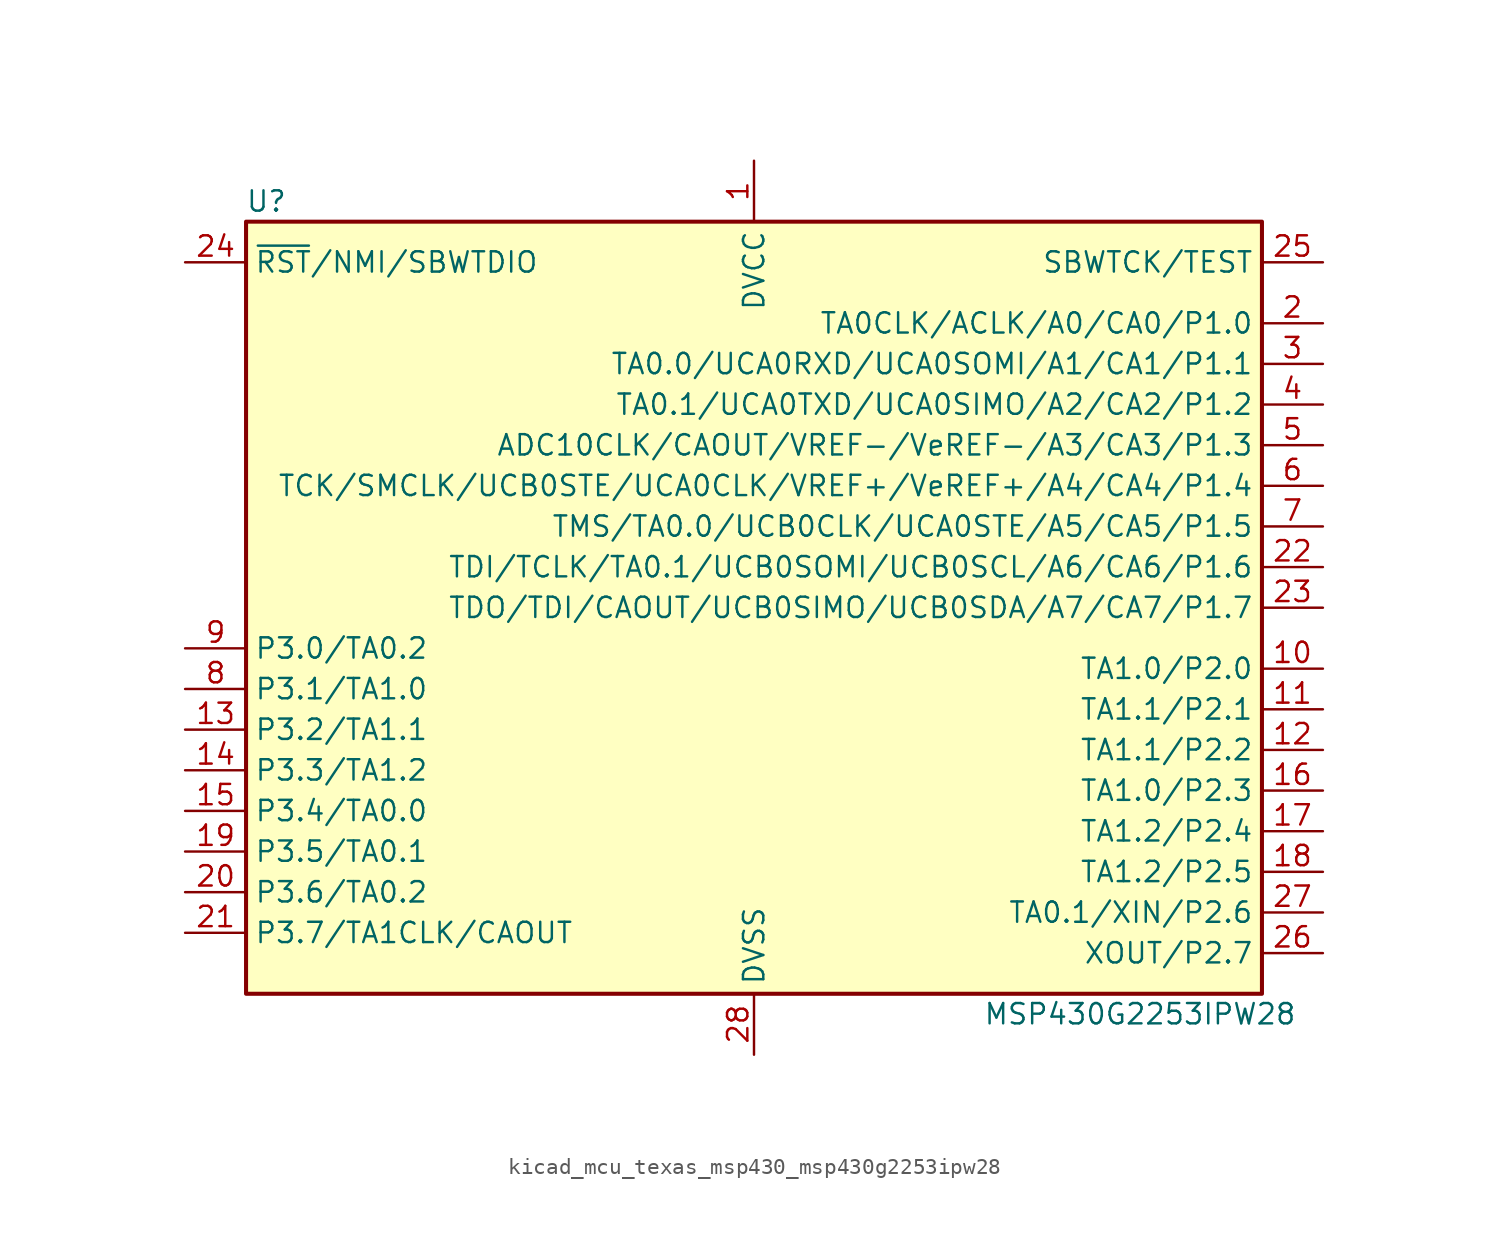
<source format=kicad_sym>
(kicad_symbol_lib
  (version 20220914)
  (generator kicad_symbol_editor)
  (symbol "kicad_mcu_texas_msp430_msp430g2253ipw28"
    (property "Reference" "U"
      (at -30.48 25.4 0)
      (effects (font (size 1.27 1.27))))
    (property "Value" "MSP430G2253IPW28"
      (at 24.13 -25.4 0)
      (effects (font (size 1.27 1.27))))
    (symbol "kicad_mcu_texas_msp430_msp430g2253ipw28_0_1"
      (rectangle (start -31.75 24.13) (end 31.75 -24.13) (stroke (width 0.254) (type default)) (fill (type background))))
    (symbol "kicad_mcu_texas_msp430_msp430g2253ipw28_1_1"
      (pin power_in line (at 0 27.94 270) (length 3.81) (name "DVCC" (effects (font (size 1.27 1.27)))) (number "1" (effects (font (size 1.27 1.27)))))
      (pin bidirectional line (at 35.56 -3.81 180) (length 3.81) (name "TA1.0/P2.0" (effects (font (size 1.27 1.27)))) (number "10" (effects (font (size 1.27 1.27)))))
      (pin bidirectional line (at 35.56 -6.35 180) (length 3.81) (name "TA1.1/P2.1" (effects (font (size 1.27 1.27)))) (number "11" (effects (font (size 1.27 1.27)))))
      (pin bidirectional line (at 35.56 -8.89 180) (length 3.81) (name "TA1.1/P2.2" (effects (font (size 1.27 1.27)))) (number "12" (effects (font (size 1.27 1.27)))))
      (pin bidirectional line (at -35.56 -7.62 0) (length 3.81) (name "P3.2/TA1.1" (effects (font (size 1.27 1.27)))) (number "13" (effects (font (size 1.27 1.27)))))
      (pin bidirectional line (at -35.56 -10.16 0) (length 3.81) (name "P3.3/TA1.2" (effects (font (size 1.27 1.27)))) (number "14" (effects (font (size 1.27 1.27)))))
      (pin bidirectional line (at -35.56 -12.7 0) (length 3.81) (name "P3.4/TA0.0" (effects (font (size 1.27 1.27)))) (number "15" (effects (font (size 1.27 1.27)))))
      (pin bidirectional line (at 35.56 -11.43 180) (length 3.81) (name "TA1.0/P2.3" (effects (font (size 1.27 1.27)))) (number "16" (effects (font (size 1.27 1.27)))))
      (pin bidirectional line (at 35.56 -13.97 180) (length 3.81) (name "TA1.2/P2.4" (effects (font (size 1.27 1.27)))) (number "17" (effects (font (size 1.27 1.27)))))
      (pin bidirectional line (at 35.56 -16.51 180) (length 3.81) (name "TA1.2/P2.5" (effects (font (size 1.27 1.27)))) (number "18" (effects (font (size 1.27 1.27)))))
      (pin bidirectional line (at -35.56 -15.24 0) (length 3.81) (name "P3.5/TA0.1" (effects (font (size 1.27 1.27)))) (number "19" (effects (font (size 1.27 1.27)))))
      (pin bidirectional line (at 35.56 17.78 180) (length 3.81) (name "TA0CLK/ACLK/A0/CA0/P1.0" (effects (font (size 1.27 1.27)))) (number "2" (effects (font (size 1.27 1.27)))))
      (pin bidirectional line (at -35.56 -17.78 0) (length 3.81) (name "P3.6/TA0.2" (effects (font (size 1.27 1.27)))) (number "20" (effects (font (size 1.27 1.27)))))
      (pin bidirectional line (at -35.56 -20.32 0) (length 3.81) (name "P3.7/TA1CLK/CAOUT" (effects (font (size 1.27 1.27)))) (number "21" (effects (font (size 1.27 1.27)))))
      (pin bidirectional line (at 35.56 2.54 180) (length 3.81) (name "TDI/TCLK/TA0.1/UCB0SOMI/UCB0SCL/A6/CA6/P1.6" (effects (font (size 1.27 1.27)))) (number "22" (effects (font (size 1.27 1.27)))))
      (pin bidirectional line (at 35.56 0 180) (length 3.81) (name "TDO/TDI/CAOUT/UCB0SIMO/UCB0SDA/A7/CA7/P1.7" (effects (font (size 1.27 1.27)))) (number "23" (effects (font (size 1.27 1.27)))))
      (pin input line (at -35.56 21.59 0) (length 3.81) (name "~{RST}/NMI/SBWTDIO" (effects (font (size 1.27 1.27)))) (number "24" (effects (font (size 1.27 1.27)))))
      (pin input line (at 35.56 21.59 180) (length 3.81) (name "SBWTCK/TEST" (effects (font (size 1.27 1.27)))) (number "25" (effects (font (size 1.27 1.27)))))
      (pin bidirectional line (at 35.56 -21.59 180) (length 3.81) (name "XOUT/P2.7" (effects (font (size 1.27 1.27)))) (number "26" (effects (font (size 1.27 1.27)))))
      (pin bidirectional line (at 35.56 -19.05 180) (length 3.81) (name "TA0.1/XIN/P2.6" (effects (font (size 1.27 1.27)))) (number "27" (effects (font (size 1.27 1.27)))))
      (pin power_in line (at 0 -27.94 90) (length 3.81) (name "DVSS" (effects (font (size 1.27 1.27)))) (number "28" (effects (font (size 1.27 1.27)))))
      (pin bidirectional line (at 35.56 15.24 180) (length 3.81) (name "TA0.0/UCA0RXD/UCA0SOMI/A1/CA1/P1.1" (effects (font (size 1.27 1.27)))) (number "3" (effects (font (size 1.27 1.27)))))
      (pin bidirectional line (at 35.56 12.7 180) (length 3.81) (name "TA0.1/UCA0TXD/UCA0SIMO/A2/CA2/P1.2" (effects (font (size 1.27 1.27)))) (number "4" (effects (font (size 1.27 1.27)))))
      (pin bidirectional line (at 35.56 10.16 180) (length 3.81) (name "ADC10CLK/CAOUT/VREF-/VeREF-/A3/CA3/P1.3" (effects (font (size 1.27 1.27)))) (number "5" (effects (font (size 1.27 1.27)))))
      (pin bidirectional line (at 35.56 7.62 180) (length 3.81) (name "TCK/SMCLK/UCB0STE/UCA0CLK/VREF+/VeREF+/A4/CA4/P1.4" (effects (font (size 1.27 1.27)))) (number "6" (effects (font (size 1.27 1.27)))))
      (pin bidirectional line (at 35.56 5.08 180) (length 3.81) (name "TMS/TA0.0/UCB0CLK/UCA0STE/A5/CA5/P1.5" (effects (font (size 1.27 1.27)))) (number "7" (effects (font (size 1.27 1.27)))))
      (pin bidirectional line (at -35.56 -5.08 0) (length 3.81) (name "P3.1/TA1.0" (effects (font (size 1.27 1.27)))) (number "8" (effects (font (size 1.27 1.27)))))
      (pin bidirectional line (at -35.56 -2.54 0) (length 3.81) (name "P3.0/TA0.2" (effects (font (size 1.27 1.27)))) (number "9" (effects (font (size 1.27 1.27))))))))
</source>
